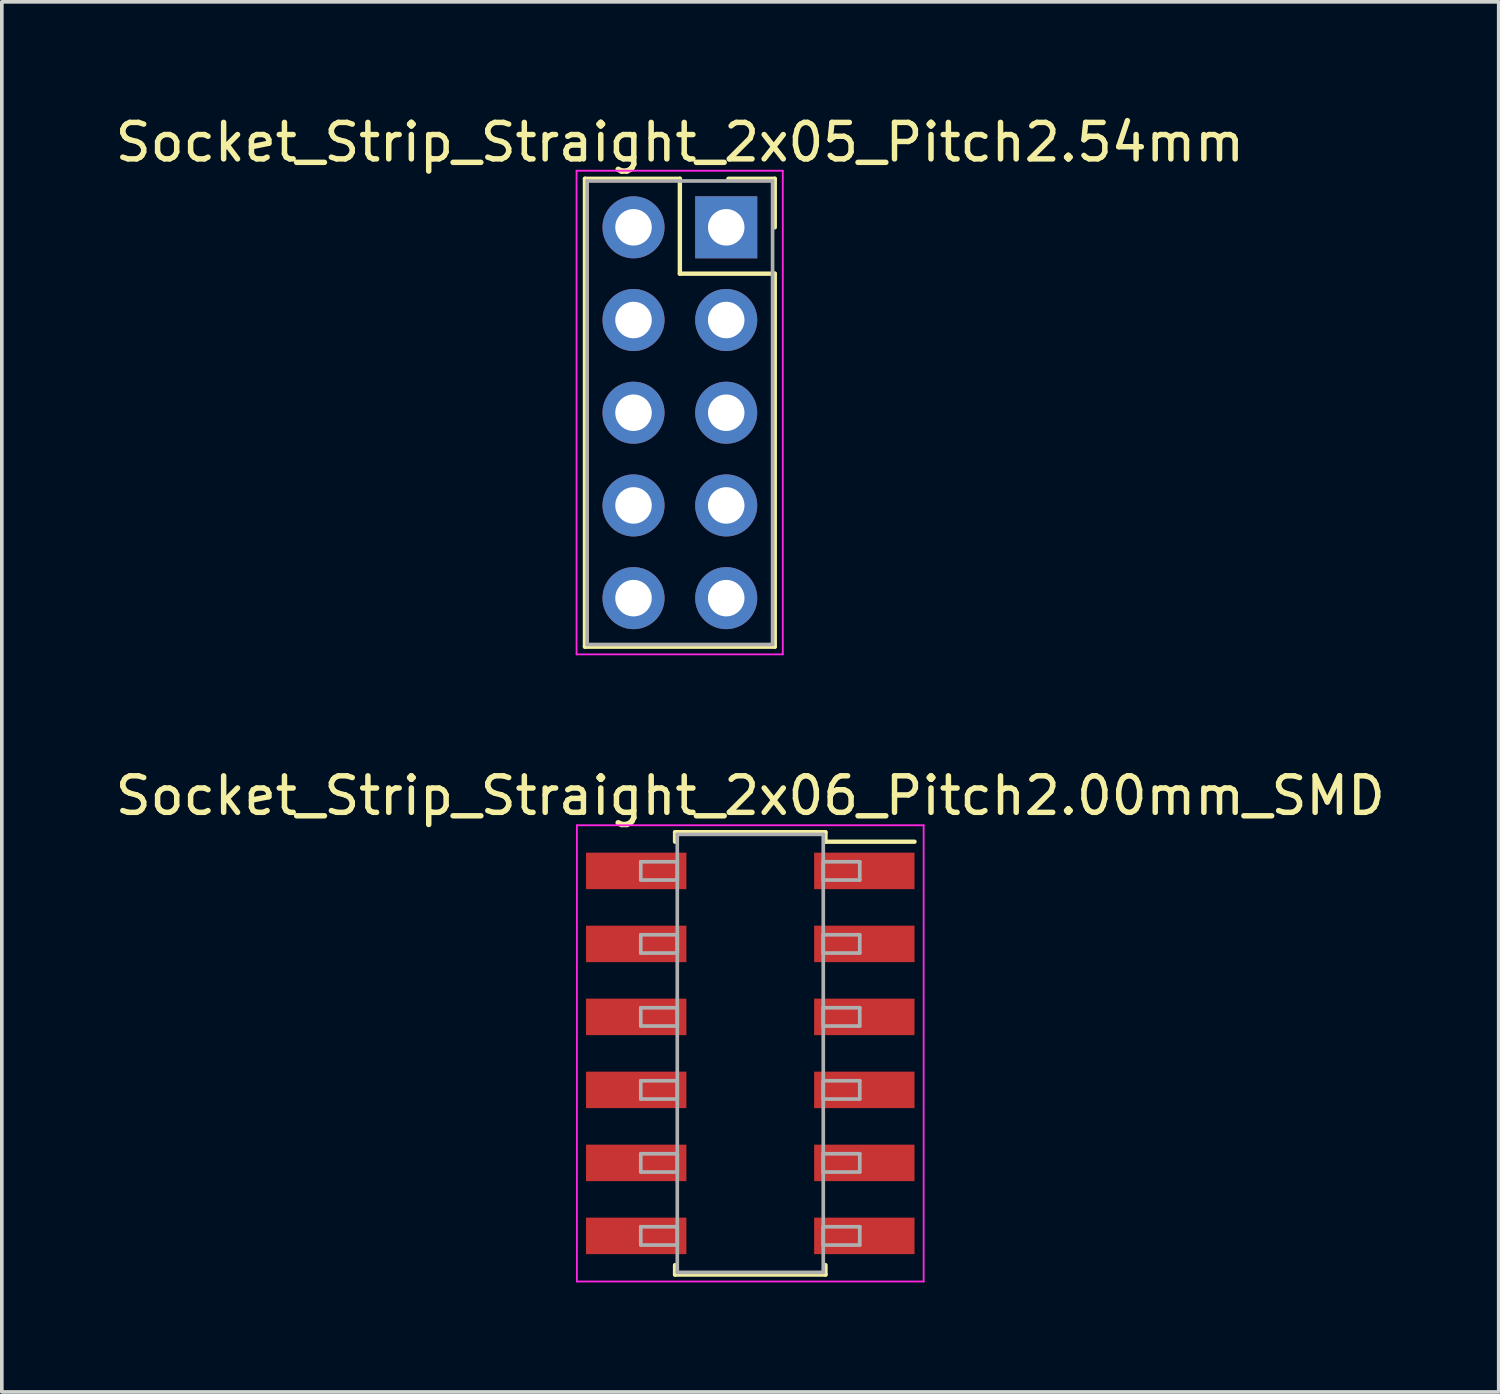
<source format=kicad_pcb>
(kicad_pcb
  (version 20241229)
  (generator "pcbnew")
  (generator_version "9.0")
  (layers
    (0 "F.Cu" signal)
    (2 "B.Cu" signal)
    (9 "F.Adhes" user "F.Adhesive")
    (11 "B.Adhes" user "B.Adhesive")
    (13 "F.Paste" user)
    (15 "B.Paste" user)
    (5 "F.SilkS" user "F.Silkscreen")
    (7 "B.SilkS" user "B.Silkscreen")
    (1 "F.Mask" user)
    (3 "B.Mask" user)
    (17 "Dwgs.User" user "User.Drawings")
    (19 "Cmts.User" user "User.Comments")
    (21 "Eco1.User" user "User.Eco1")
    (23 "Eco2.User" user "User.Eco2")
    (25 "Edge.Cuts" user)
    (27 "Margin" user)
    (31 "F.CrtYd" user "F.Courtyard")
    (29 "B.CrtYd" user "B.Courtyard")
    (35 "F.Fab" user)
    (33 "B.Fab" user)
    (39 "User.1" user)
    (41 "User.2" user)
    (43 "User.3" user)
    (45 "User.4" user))
  (footprint "Socket_Strip_Straight_2x06_Pitch2.00mm_SMD"
    (layer "F.Cu")
    (at 17.506 25.811)
    (property "Reference" "Socket_Strip_Straight_2x06_Pitch2.00mm_SMD" (at 0 -7.06 0) (layer "F.SilkS") (effects (font (size 1 1) (thickness 0.15))))
    (attr smd)
    (fp_line (start -2.06 -6.06) (end 2.06 -6.06) (stroke (width 0.12) (type solid)) (layer "F.SilkS"))
    (fp_line (start -2.06 -5.8) (end -2.06 -6.06) (stroke (width 0.12) (type solid)) (layer "F.SilkS"))
    (fp_line (start -2.06 5.8) (end -2.06 6.06) (stroke (width 0.12) (type solid)) (layer "F.SilkS"))
    (fp_line (start -2.06 6.06) (end 2.06 6.06) (stroke (width 0.12) (type solid)) (layer "F.SilkS"))
    (fp_line (start 2.06 -6.06) (end 2.06 -5.8) (stroke (width 0.12) (type solid)) (layer "F.SilkS"))
    (fp_line (start 2.06 6.06) (end 2.06 5.8) (stroke (width 0.12) (type solid)) (layer "F.SilkS"))
    (fp_line (start 4.5 -5.8) (end 2.06 -5.8) (stroke (width 0.12) (type solid)) (layer "F.SilkS"))
    (fp_line (start -4.75 -6.25) (end -4.75 6.25) (stroke (width 0.05) (type solid)) (layer "F.CrtYd"))
    (fp_line (start -4.75 6.25) (end 4.75 6.25) (stroke (width 0.05) (type solid)) (layer "F.CrtYd"))
    (fp_line (start 4.75 -6.25) (end -4.75 -6.25) (stroke (width 0.05) (type solid)) (layer "F.CrtYd"))
    (fp_line (start 4.75 6.25) (end 4.75 -6.25) (stroke (width 0.05) (type solid)) (layer "F.CrtYd"))
    (fp_line (start -3 -5.25) (end -2 -5.25) (stroke (width 0.1) (type solid)) (layer "F.Fab"))
    (fp_line (start -3 -4.75) (end -3 -5.25) (stroke (width 0.1) (type solid)) (layer "F.Fab"))
    (fp_line (start -3 -3.25) (end -2 -3.25) (stroke (width 0.1) (type solid)) (layer "F.Fab"))
    (fp_line (start -3 -2.75) (end -3 -3.25) (stroke (width 0.1) (type solid)) (layer "F.Fab"))
    (fp_line (start -3 -1.25) (end -2 -1.25) (stroke (width 0.1) (type solid)) (layer "F.Fab"))
    (fp_line (start -3 -0.75) (end -3 -1.25) (stroke (width 0.1) (type solid)) (layer "F.Fab"))
    (fp_line (start -3 0.75) (end -2 0.75) (stroke (width 0.1) (type solid)) (layer "F.Fab"))
    (fp_line (start -3 1.25) (end -3 0.75) (stroke (width 0.1) (type solid)) (layer "F.Fab"))
    (fp_line (start -3 2.75) (end -2 2.75) (stroke (width 0.1) (type solid)) (layer "F.Fab"))
    (fp_line (start -3 3.25) (end -3 2.75) (stroke (width 0.1) (type solid)) (layer "F.Fab"))
    (fp_line (start -3 4.75) (end -2 4.75) (stroke (width 0.1) (type solid)) (layer "F.Fab"))
    (fp_line (start -3 5.25) (end -3 4.75) (stroke (width 0.1) (type solid)) (layer "F.Fab"))
    (fp_line (start -2 -6) (end -2 6) (stroke (width 0.1) (type solid)) (layer "F.Fab"))
    (fp_line (start -2 -5.25) (end -2 -4.75) (stroke (width 0.1) (type solid)) (layer "F.Fab"))
    (fp_line (start -2 -4.75) (end -3 -4.75) (stroke (width 0.1) (type solid)) (layer "F.Fab"))
    (fp_line (start -2 -3.25) (end -2 -2.75) (stroke (width 0.1) (type solid)) (layer "F.Fab"))
    (fp_line (start -2 -2.75) (end -3 -2.75) (stroke (width 0.1) (type solid)) (layer "F.Fab"))
    (fp_line (start -2 -1.25) (end -2 -0.75) (stroke (width 0.1) (type solid)) (layer "F.Fab"))
    (fp_line (start -2 -0.75) (end -3 -0.75) (stroke (width 0.1) (type solid)) (layer "F.Fab"))
    (fp_line (start -2 0.75) (end -2 1.25) (stroke (width 0.1) (type solid)) (layer "F.Fab"))
    (fp_line (start -2 1.25) (end -3 1.25) (stroke (width 0.1) (type solid)) (layer "F.Fab"))
    (fp_line (start -2 2.75) (end -2 3.25) (stroke (width 0.1) (type solid)) (layer "F.Fab"))
    (fp_line (start -2 3.25) (end -3 3.25) (stroke (width 0.1) (type solid)) (layer "F.Fab"))
    (fp_line (start -2 4.75) (end -2 5.25) (stroke (width 0.1) (type solid)) (layer "F.Fab"))
    (fp_line (start -2 5.25) (end -3 5.25) (stroke (width 0.1) (type solid)) (layer "F.Fab"))
    (fp_line (start -2 6) (end 2 6) (stroke (width 0.1) (type solid)) (layer "F.Fab"))
    (fp_line (start 2 -6) (end -2 -6) (stroke (width 0.1) (type solid)) (layer "F.Fab"))
    (fp_line (start 2 -5.25) (end 2 -4.75) (stroke (width 0.1) (type solid)) (layer "F.Fab"))
    (fp_line (start 2 -4.75) (end 3 -4.75) (stroke (width 0.1) (type solid)) (layer "F.Fab"))
    (fp_line (start 2 -3.25) (end 2 -2.75) (stroke (width 0.1) (type solid)) (layer "F.Fab"))
    (fp_line (start 2 -2.75) (end 3 -2.75) (stroke (width 0.1) (type solid)) (layer "F.Fab"))
    (fp_line (start 2 -1.25) (end 2 -0.75) (stroke (width 0.1) (type solid)) (layer "F.Fab"))
    (fp_line (start 2 -0.75) (end 3 -0.75) (stroke (width 0.1) (type solid)) (layer "F.Fab"))
    (fp_line (start 2 0.75) (end 2 1.25) (stroke (width 0.1) (type solid)) (layer "F.Fab"))
    (fp_line (start 2 1.25) (end 3 1.25) (stroke (width 0.1) (type solid)) (layer "F.Fab"))
    (fp_line (start 2 2.75) (end 2 3.25) (stroke (width 0.1) (type solid)) (layer "F.Fab"))
    (fp_line (start 2 3.25) (end 3 3.25) (stroke (width 0.1) (type solid)) (layer "F.Fab"))
    (fp_line (start 2 4.75) (end 2 5.25) (stroke (width 0.1) (type solid)) (layer "F.Fab"))
    (fp_line (start 2 5.25) (end 3 5.25) (stroke (width 0.1) (type solid)) (layer "F.Fab"))
    (fp_line (start 2 6) (end 2 -6) (stroke (width 0.1) (type solid)) (layer "F.Fab"))
    (fp_line (start 3 -5.25) (end 2 -5.25) (stroke (width 0.1) (type solid)) (layer "F.Fab"))
    (fp_line (start 3 -4.75) (end 3 -5.25) (stroke (width 0.1) (type solid)) (layer "F.Fab"))
    (fp_line (start 3 -3.25) (end 2 -3.25) (stroke (width 0.1) (type solid)) (layer "F.Fab"))
    (fp_line (start 3 -2.75) (end 3 -3.25) (stroke (width 0.1) (type solid)) (layer "F.Fab"))
    (fp_line (start 3 -1.25) (end 2 -1.25) (stroke (width 0.1) (type solid)) (layer "F.Fab"))
    (fp_line (start 3 -0.75) (end 3 -1.25) (stroke (width 0.1) (type solid)) (layer "F.Fab"))
    (fp_line (start 3 0.75) (end 2 0.75) (stroke (width 0.1) (type solid)) (layer "F.Fab"))
    (fp_line (start 3 1.25) (end 3 0.75) (stroke (width 0.1) (type solid)) (layer "F.Fab"))
    (fp_line (start 3 2.75) (end 2 2.75) (stroke (width 0.1) (type solid)) (layer "F.Fab"))
    (fp_line (start 3 3.25) (end 3 2.75) (stroke (width 0.1) (type solid)) (layer "F.Fab"))
    (fp_line (start 3 4.75) (end 2 4.75) (stroke (width 0.1) (type solid)) (layer "F.Fab"))
    (fp_line (start 3 5.25) (end 3 4.75) (stroke (width 0.1) (type solid)) (layer "F.Fab"))
    (pad "1" smd rect (at 3.125 -5) (size 2.75 1) (layers "F.Cu" "F.Mask"))
    (pad "2" smd rect (at -3.125 -5) (size 2.75 1) (layers "F.Cu" "F.Mask"))
    (pad "3" smd rect (at 3.125 -3) (size 2.75 1) (layers "F.Cu" "F.Mask"))
    (pad "4" smd rect (at -3.125 -3) (size 2.75 1) (layers "F.Cu" "F.Mask"))
    (pad "5" smd rect (at 3.125 -1) (size 2.75 1) (layers "F.Cu" "F.Mask"))
    (pad "6" smd rect (at -3.125 -1) (size 2.75 1) (layers "F.Cu" "F.Mask"))
    (pad "7" smd rect (at 3.125 1) (size 2.75 1) (layers "F.Cu" "F.Mask"))
    (pad "8" smd rect (at -3.125 1) (size 2.75 1) (layers "F.Cu" "F.Mask"))
    (pad "9" smd rect (at 3.125 3) (size 2.75 1) (layers "F.Cu" "F.Mask"))
    (pad "10" smd rect (at -3.125 3) (size 2.75 1) (layers "F.Cu" "F.Mask"))
    (pad "11" smd rect (at 3.125 5) (size 2.75 1) (layers "F.Cu" "F.Mask"))
    (pad "12" smd rect (at -3.125 5) (size 2.75 1) (layers "F.Cu" "F.Mask")))
  (footprint "Socket_Strip_Straight_2x05_Pitch2.54mm"
    (layer "F.Cu")
    (at 16.847 3.178)
    (property "Reference" "Socket_Strip_Straight_2x05_Pitch2.54mm" (at -1.27 -2.33 0) (layer "F.SilkS") (effects (font (size 1 1) (thickness 0.15))))
    (attr through_hole)
    (fp_line (start -3.87 -1.33) (end -1.27 -1.33) (stroke (width 0.12) (type solid)) (layer "F.SilkS"))
    (fp_line (start -3.87 11.49) (end -3.87 -1.33) (stroke (width 0.12) (type solid)) (layer "F.SilkS"))
    (fp_line (start -1.27 -1.33) (end -1.27 1.27) (stroke (width 0.12) (type solid)) (layer "F.SilkS"))
    (fp_line (start -1.27 1.27) (end 1.33 1.27) (stroke (width 0.12) (type solid)) (layer "F.SilkS"))
    (fp_line (start 1.33 -1.33) (end 0.06 -1.33) (stroke (width 0.12) (type solid)) (layer "F.SilkS"))
    (fp_line (start 1.33 0) (end 1.33 -1.33) (stroke (width 0.12) (type solid)) (layer "F.SilkS"))
    (fp_line (start 1.33 1.27) (end 1.33 11.49) (stroke (width 0.12) (type solid)) (layer "F.SilkS"))
    (fp_line (start 1.33 11.49) (end -3.87 11.49) (stroke (width 0.12) (type solid)) (layer "F.SilkS"))
    (fp_line (start -4.1 -1.55) (end -4.1 11.7) (stroke (width 0.05) (type solid)) (layer "F.CrtYd"))
    (fp_line (start -4.1 11.7) (end 1.55 11.7) (stroke (width 0.05) (type solid)) (layer "F.CrtYd"))
    (fp_line (start 1.55 -1.55) (end -4.1 -1.55) (stroke (width 0.05) (type solid)) (layer "F.CrtYd"))
    (fp_line (start 1.55 11.7) (end 1.55 -1.55) (stroke (width 0.05) (type solid)) (layer "F.CrtYd"))
    (fp_line (start -3.81 -1.27) (end -3.81 11.43) (stroke (width 0.1) (type solid)) (layer "F.Fab"))
    (fp_line (start -3.81 11.43) (end 1.27 11.43) (stroke (width 0.1) (type solid)) (layer "F.Fab"))
    (fp_line (start 1.27 -1.27) (end -3.81 -1.27) (stroke (width 0.1) (type solid)) (layer "F.Fab"))
    (fp_line (start 1.27 11.43) (end 1.27 -1.27) (stroke (width 0.1) (type solid)) (layer "F.Fab"))
    (pad "1" thru_hole rect (at 0 0) (size 1.7 1.7) (drill 1) (layers "*.Cu" "*.Mask"))
    (pad "2" thru_hole oval (at -2.54 0) (size 1.7 1.7) (drill 1) (layers "*.Cu" "*.Mask"))
    (pad "3" thru_hole oval (at 0 2.54) (size 1.7 1.7) (drill 1) (layers "*.Cu" "*.Mask"))
    (pad "4" thru_hole oval (at -2.54 2.54) (size 1.7 1.7) (drill 1) (layers "*.Cu" "*.Mask"))
    (pad "5" thru_hole oval (at 0 5.08) (size 1.7 1.7) (drill 1) (layers "*.Cu" "*.Mask"))
    (pad "6" thru_hole oval (at -2.54 5.08) (size 1.7 1.7) (drill 1) (layers "*.Cu" "*.Mask"))
    (pad "7" thru_hole oval (at 0 7.62) (size 1.7 1.7) (drill 1) (layers "*.Cu" "*.Mask"))
    (pad "8" thru_hole oval (at -2.54 7.62) (size 1.7 1.7) (drill 1) (layers "*.Cu" "*.Mask"))
    (pad "9" thru_hole oval (at 0 10.16) (size 1.7 1.7) (drill 1) (layers "*.Cu" "*.Mask"))
    (pad "10" thru_hole oval (at -2.54 10.16) (size 1.7 1.7) (drill 1) (layers "*.Cu" "*.Mask")))
  (gr_rect
    (start -3 -3)
    (end 38.012 35.087)
    (stroke (width 0.1) (type default))
    (fill no)
    (layer "Edge.Cuts")))
</source>
